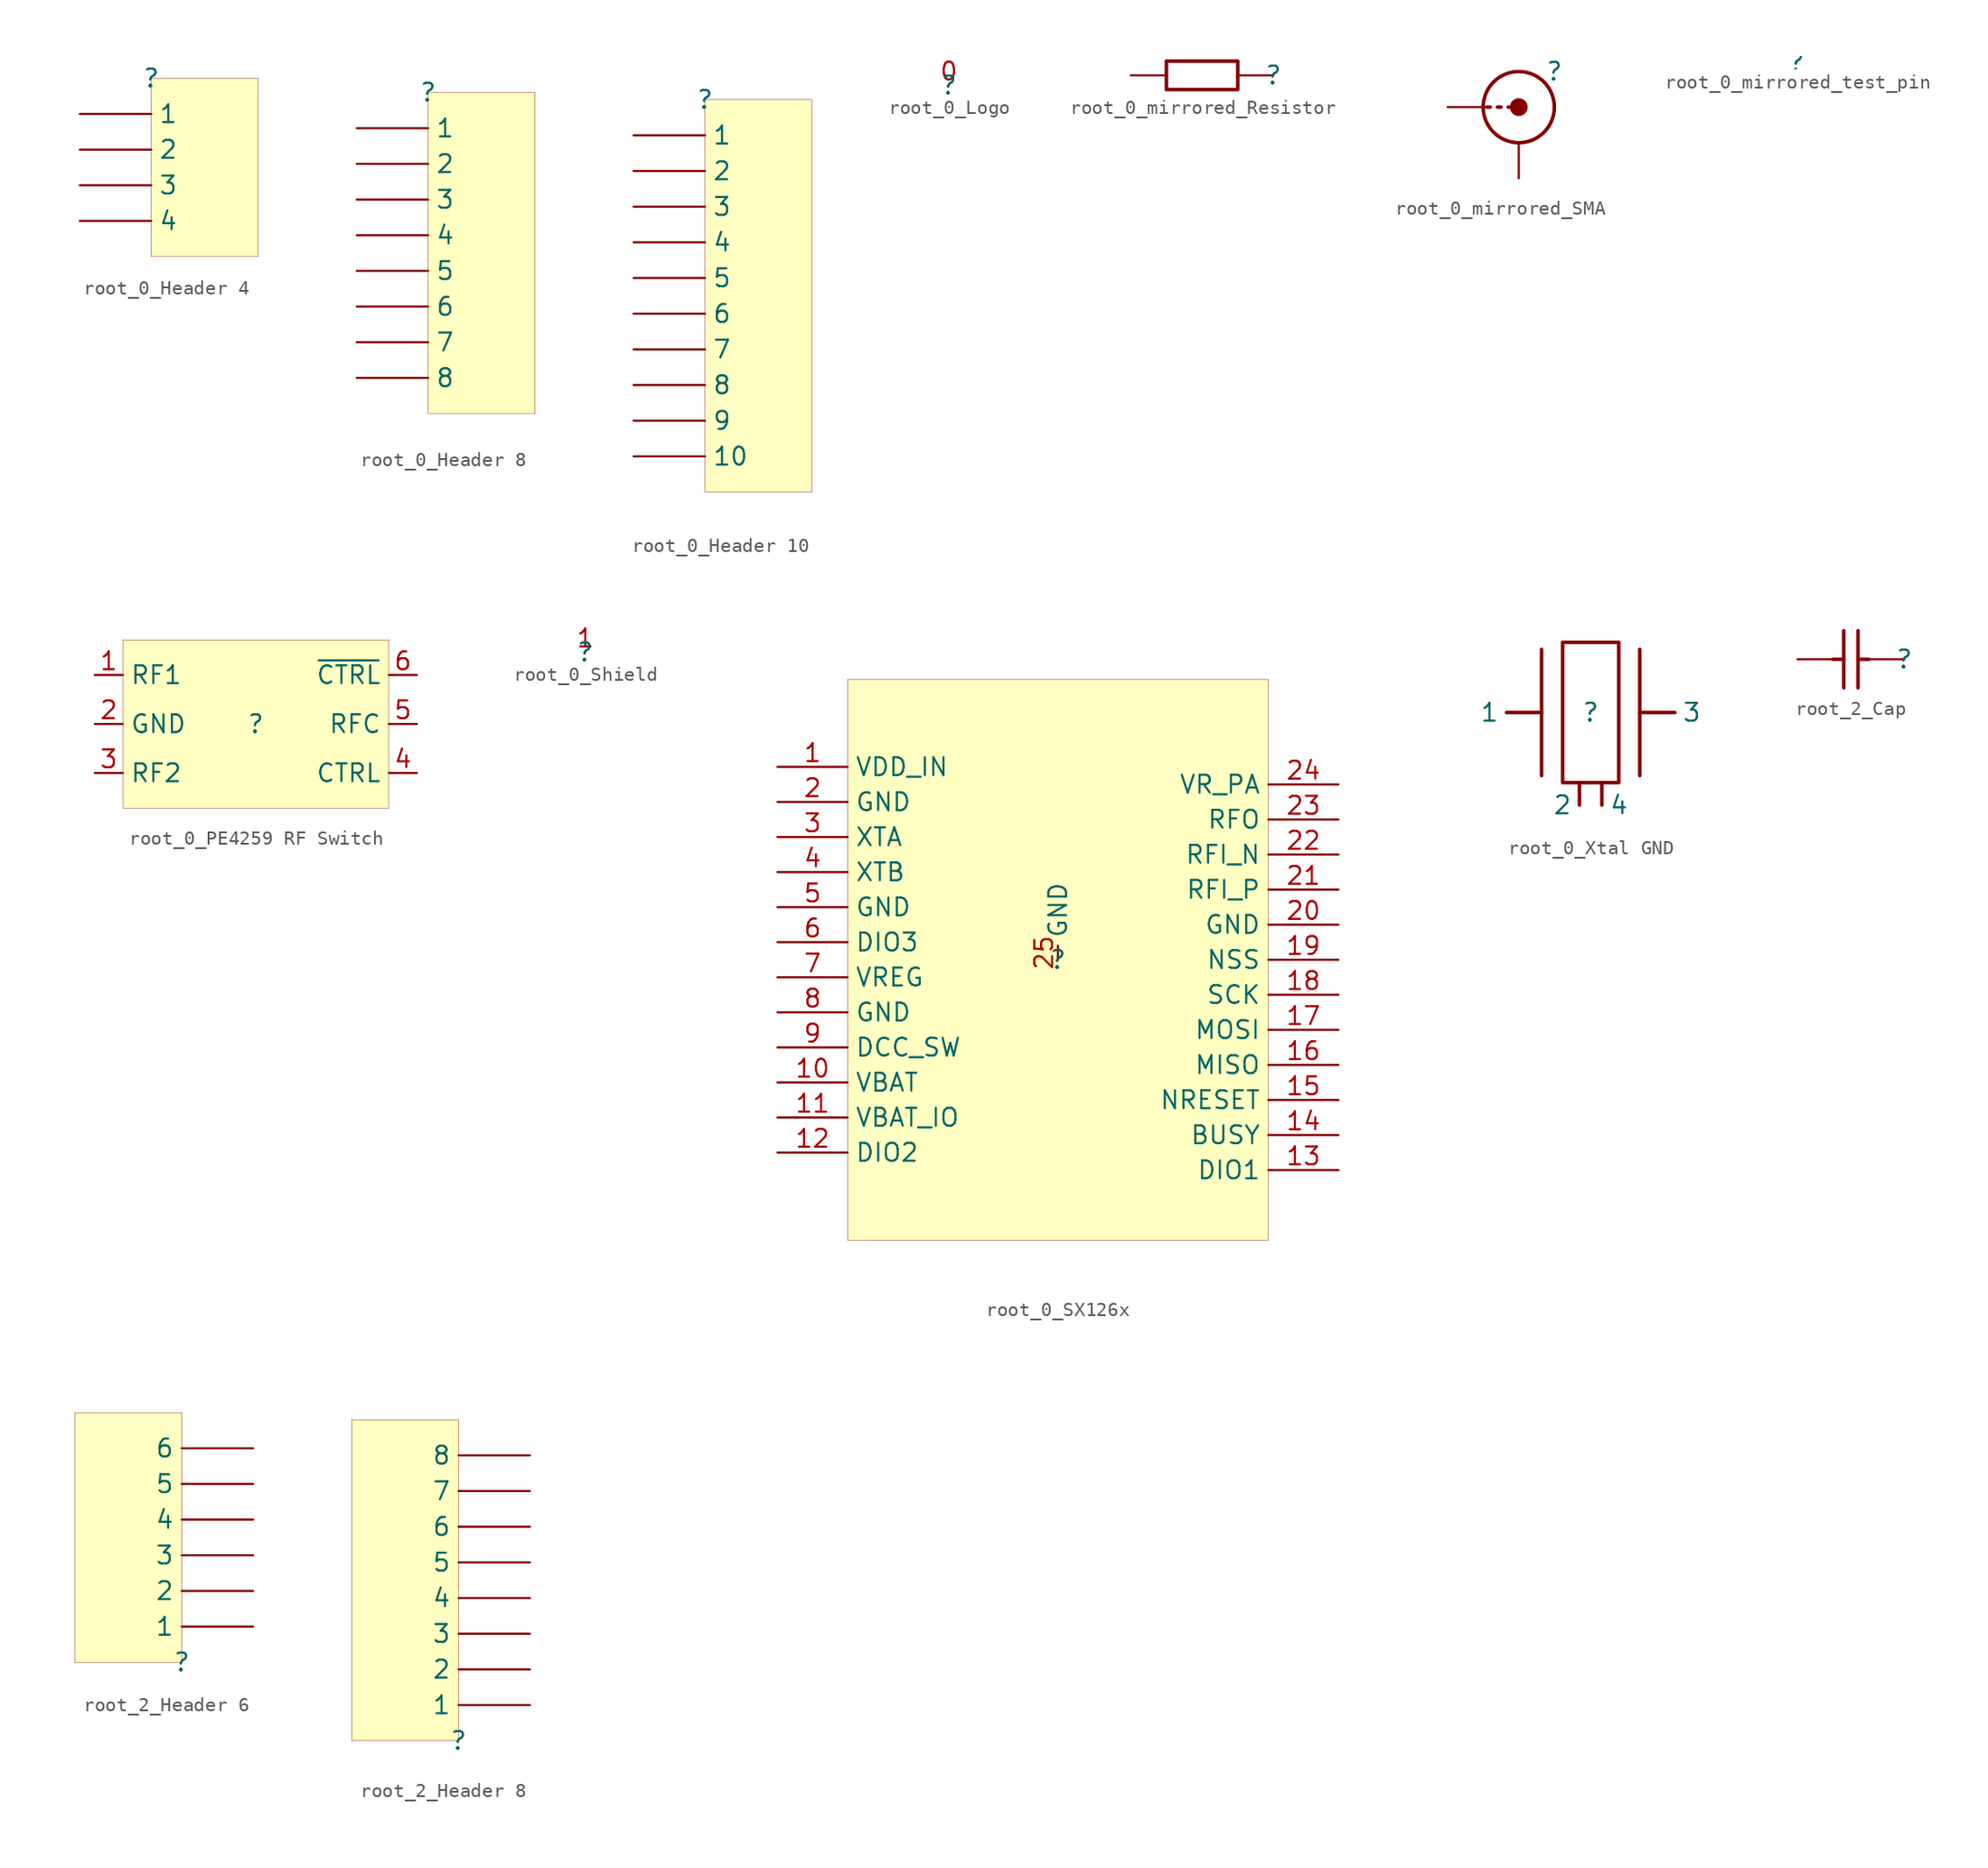
<source format=kicad_sym>
(kicad_symbol_lib
  (version 20231120)
  (generator "kicad_symbol_editor")
  (generator_version "8.0")
  (symbol "root_0_Header 4"
    (property "Reference" ""
      (at 0 0 0)
      (effects (font (size 1.27 1.27))))
    (property "Value" ""
      (at 0 0 0)
      (effects (font (size 1.27 1.27))))
    (symbol "root_0_Header 4_1_0"
      (rectangle (start 7.62 0) (end 0 -12.7) (stroke (width 0.025) (type solid) (color 128 0 0 1)) (fill (type background)))
      (pin passive line (at -5.08 -2.54 0) (length 5.08) (name "1" (effects (font (size 1.27 1.27)))) (number "1" (effects (font (size 0 0)))))
      (pin passive line (at -5.08 -5.08 0) (length 5.08) (name "2" (effects (font (size 1.27 1.27)))) (number "2" (effects (font (size 0 0)))))
      (pin passive line (at -5.08 -7.62 0) (length 5.08) (name "3" (effects (font (size 1.27 1.27)))) (number "3" (effects (font (size 0 0)))))
      (pin passive line (at -5.08 -10.16 0) (length 5.08) (name "4" (effects (font (size 1.27 1.27)))) (number "4" (effects (font (size 0 0)))))))
  (symbol "root_0_Header 8"
    (property "Reference" ""
      (at 0 0 0)
      (effects (font (size 1.27 1.27))))
    (property "Value" ""
      (at 0 0 0)
      (effects (font (size 1.27 1.27))))
    (symbol "root_0_Header 8_1_0"
      (rectangle (start 7.62 0) (end 0 -22.86) (stroke (width 0.025) (type solid) (color 128 0 0 1)) (fill (type background)))
      (pin passive line (at -5.08 -2.54 0) (length 5.08) (name "1" (effects (font (size 1.27 1.27)))) (number "1" (effects (font (size 0 0)))))
      (pin passive line (at -5.08 -5.08 0) (length 5.08) (name "2" (effects (font (size 1.27 1.27)))) (number "2" (effects (font (size 0 0)))))
      (pin passive line (at -5.08 -7.62 0) (length 5.08) (name "3" (effects (font (size 1.27 1.27)))) (number "3" (effects (font (size 0 0)))))
      (pin passive line (at -5.08 -10.16 0) (length 5.08) (name "4" (effects (font (size 1.27 1.27)))) (number "4" (effects (font (size 0 0)))))
      (pin passive line (at -5.08 -12.7 0) (length 5.08) (name "5" (effects (font (size 1.27 1.27)))) (number "5" (effects (font (size 0 0)))))
      (pin passive line (at -5.08 -15.24 0) (length 5.08) (name "6" (effects (font (size 1.27 1.27)))) (number "6" (effects (font (size 0 0)))))
      (pin passive line (at -5.08 -17.78 0) (length 5.08) (name "7" (effects (font (size 1.27 1.27)))) (number "7" (effects (font (size 0 0)))))
      (pin passive line (at -5.08 -20.32 0) (length 5.08) (name "8" (effects (font (size 1.27 1.27)))) (number "8" (effects (font (size 0 0)))))))
  (symbol "root_0_Header 10"
    (property "Reference" ""
      (at 0 0 0)
      (effects (font (size 1.27 1.27))))
    (property "Value" ""
      (at 0 0 0)
      (effects (font (size 1.27 1.27))))
    (symbol "root_0_Header 10_1_0"
      (rectangle (start 7.62 0) (end 0 -27.94) (stroke (width 0.025) (type solid) (color 128 0 0 1)) (fill (type background)))
      (pin passive line (at -5.08 -2.54 0) (length 5.08) (name "1" (effects (font (size 1.27 1.27)))) (number "1" (effects (font (size 0 0)))))
      (pin passive line (at -5.08 -25.4 0) (length 5.08) (name "10" (effects (font (size 1.27 1.27)))) (number "10" (effects (font (size 0 0)))))
      (pin passive line (at -5.08 -5.08 0) (length 5.08) (name "2" (effects (font (size 1.27 1.27)))) (number "2" (effects (font (size 0 0)))))
      (pin passive line (at -5.08 -7.62 0) (length 5.08) (name "3" (effects (font (size 1.27 1.27)))) (number "3" (effects (font (size 0 0)))))
      (pin passive line (at -5.08 -10.16 0) (length 5.08) (name "4" (effects (font (size 1.27 1.27)))) (number "4" (effects (font (size 0 0)))))
      (pin passive line (at -5.08 -12.7 0) (length 5.08) (name "5" (effects (font (size 1.27 1.27)))) (number "5" (effects (font (size 0 0)))))
      (pin passive line (at -5.08 -15.24 0) (length 5.08) (name "6" (effects (font (size 1.27 1.27)))) (number "6" (effects (font (size 0 0)))))
      (pin passive line (at -5.08 -17.78 0) (length 5.08) (name "7" (effects (font (size 1.27 1.27)))) (number "7" (effects (font (size 0 0)))))
      (pin passive line (at -5.08 -20.32 0) (length 5.08) (name "8" (effects (font (size 1.27 1.27)))) (number "8" (effects (font (size 0 0)))))
      (pin passive line (at -5.08 -22.86 0) (length 5.08) (name "9" (effects (font (size 1.27 1.27)))) (number "9" (effects (font (size 0 0)))))))
  (symbol "root_0_Logo"
    (property "Reference" ""
      (at 0 0 0)
      (effects (font (size 1.27 1.27))))
    (property "Value" ""
      (at 0 0 0)
      (effects (font (size 1.27 1.27))))
    (symbol "root_0_Logo_1_0"
      (pin passive line (at 0 0 180) (length 0) (name "0" (effects (font (size 0 0)))) (number "0" (effects (font (size 1.27 1.27)))))))
  (symbol "root_0_mirrored_Resistor"
    (property "Reference" ""
      (at 0 0 0)
      (effects (font (size 1.27 1.27))))
    (property "Value" ""
      (at 0 0 0)
      (effects (font (size 1.27 1.27))))
    (symbol "root_0_mirrored_Resistor_1_0"
      (rectangle (start -2.54 1.016) (end -7.62 -1.016) (stroke (width 0.254) (type solid)) (fill (type none)))
      (pin passive line (at 0 0 180) (length 2.54) (name "1" (effects (font (size 0 0)))) (number "1" (effects (font (size 0 0)))))
      (pin passive line (at -10.16 0 0) (length 2.54) (name "2" (effects (font (size 0 0)))) (number "2" (effects (font (size 0 0)))))))
  (symbol "root_0_mirrored_SMA"
    (property "Reference" ""
      (at 0 0 0)
      (effects (font (size 1.27 1.27))))
    (property "Value" ""
      (at 0 0 0)
      (effects (font (size 1.27 1.27))))
    (symbol "root_0_mirrored_SMA_1_0"
      (circle (center -2.54 -2.54) (radius 0.508) (stroke (width 0.254) (type solid)) (fill (type outline)))
      (circle (center -2.54 -2.54) (radius 2.54) (stroke (width 0.254) (type solid)) (fill (type none)))
      (polyline (pts (xy -4.826 -2.54) (xy -4.572 -2.54)) (stroke (width 0.254) (type solid)) (fill (type none)))
      (polyline (pts (xy -3.81 -2.54) (xy -4.064 -2.54)) (stroke (width 0.254) (type solid)) (fill (type none)))
      (polyline (pts (xy -3.048 -2.54) (xy -3.302 -2.54)) (stroke (width 0.254) (type solid)) (fill (type none)))
      (pin passive line (at -7.62 -2.54 0) (length 2.54) (name "Signal" (effects (font (size 0 0)))) (number "1" (effects (font (size 0 0)))))
      (pin passive line (at -2.54 -7.62 90) (length 2.54) (name "GND" (effects (font (size 0 0)))) (number "2" (effects (font (size 0 0)))))))
  (symbol "root_0_mirrored_test_pin"
    (property "Reference" ""
      (at 0 0 0)
      (effects (font (size 1.27 1.27))))
    (property "Value" ""
      (at 0 0 0)
      (effects (font (size 1.27 1.27))))
    (symbol "root_0_mirrored_test_pin_1_0"
      (pin passive line (at 0 0 0) (length 0) (name "pin" (effects (font (size 0 0)))) (number "1" (effects (font (size 0 0)))))))
  (symbol "root_0_PE4259 RF Switch"
    (property "Reference" ""
      (at 0 0 0)
      (effects (font (size 1.27 1.27))))
    (property "Value" ""
      (at 0 0 0)
      (effects (font (size 1.27 1.27))))
    (symbol "root_0_PE4259 RF Switch_1_0"
      (rectangle (start 9.5 6) (end -9.5 -6) (stroke (width 0.025) (type solid) (color 128 0 0 1)) (fill (type background)))
      (pin passive line (at -11.5 3.5 0) (length 2) (name "RF1" (effects (font (size 1.27 1.27)))) (number "1" (effects (font (size 1.27 1.27)))))
      (pin passive line (at -11.5 0 0) (length 2) (name "GND" (effects (font (size 1.27 1.27)))) (number "2" (effects (font (size 1.27 1.27)))))
      (pin passive line (at -11.5 -3.5 0) (length 2) (name "RF2" (effects (font (size 1.27 1.27)))) (number "3" (effects (font (size 1.27 1.27)))))
      (pin passive line (at 11.5 -3.5 180) (length 2) (name "CTRL" (effects (font (size 1.27 1.27)))) (number "4" (effects (font (size 1.27 1.27)))))
      (pin passive line (at 11.5 0 180) (length 2) (name "RFC" (effects (font (size 1.27 1.27)))) (number "5" (effects (font (size 1.27 1.27)))))
      (pin passive line (at 11.5 3.5 180) (length 2) (name "~{CTRL}" (effects (font (size 1.27 1.27)))) (number "6" (effects (font (size 1.27 1.27)))))))
  (symbol "root_0_Shield"
    (property "Reference" ""
      (at 0 0 0)
      (effects (font (size 1.27 1.27))))
    (property "Value" ""
      (at 0 0 0)
      (effects (font (size 1.27 1.27))))
    (symbol "root_0_Shield_1_0"
      (pin passive line (at 0 0 180) (length 0) (name "1" (effects (font (size 0 0)))) (number "1" (effects (font (size 1.27 1.27)))))))
  (symbol "root_0_SX126x"
    (property "Reference" ""
      (at 0 0 0)
      (effects (font (size 1.27 1.27))))
    (property "Value" ""
      (at 0 0 0)
      (effects (font (size 1.27 1.27))))
    (symbol "root_0_SX126x_1_0"
      (rectangle (start 15 20) (end -15 -20) (stroke (width 0.025) (type solid) (color 128 0 0 1)) (fill (type background)))
      (pin power_in line (at -20 13.75 0) (length 5) (name "VDD_IN" (effects (font (size 1.27 1.27)))) (number "1" (effects (font (size 1.27 1.27)))))
      (pin power_in line (at -20 -8.75 0) (length 5) (name "VBAT" (effects (font (size 1.27 1.27)))) (number "10" (effects (font (size 1.27 1.27)))))
      (pin power_in line (at -20 -11.25 0) (length 5) (name "VBAT_IO" (effects (font (size 1.27 1.27)))) (number "11" (effects (font (size 1.27 1.27)))))
      (pin passive line (at -20 -13.75 0) (length 5) (name "DIO2" (effects (font (size 1.27 1.27)))) (number "12" (effects (font (size 1.27 1.27)))))
      (pin passive line (at 20 -15 180) (length 5) (name "DIO1" (effects (font (size 1.27 1.27)))) (number "13" (effects (font (size 1.27 1.27)))))
      (pin passive line (at 20 -12.5 180) (length 5) (name "BUSY" (effects (font (size 1.27 1.27)))) (number "14" (effects (font (size 1.27 1.27)))))
      (pin passive line (at 20 -10 180) (length 5) (name "NRESET" (effects (font (size 1.27 1.27)))) (number "15" (effects (font (size 1.27 1.27)))))
      (pin passive line (at 20 -7.5 180) (length 5) (name "MISO" (effects (font (size 1.27 1.27)))) (number "16" (effects (font (size 1.27 1.27)))))
      (pin passive line (at 20 -5 180) (length 5) (name "MOSI" (effects (font (size 1.27 1.27)))) (number "17" (effects (font (size 1.27 1.27)))))
      (pin passive line (at 20 -2.5 180) (length 5) (name "SCK" (effects (font (size 1.27 1.27)))) (number "18" (effects (font (size 1.27 1.27)))))
      (pin passive line (at 20 0 180) (length 5) (name "NSS" (effects (font (size 1.27 1.27)))) (number "19" (effects (font (size 1.27 1.27)))))
      (pin passive line (at -20 11.25 0) (length 5) (name "GND" (effects (font (size 1.27 1.27)))) (number "2" (effects (font (size 1.27 1.27)))))
      (pin passive line (at 20 2.5 180) (length 5) (name "GND" (effects (font (size 1.27 1.27)))) (number "20" (effects (font (size 1.27 1.27)))))
      (pin passive line (at 20 5 180) (length 5) (name "RFI_P" (effects (font (size 1.27 1.27)))) (number "21" (effects (font (size 1.27 1.27)))))
      (pin passive line (at 20 7.5 180) (length 5) (name "RFI_N" (effects (font (size 1.27 1.27)))) (number "22" (effects (font (size 1.27 1.27)))))
      (pin passive line (at 20 10 180) (length 5) (name "RFO" (effects (font (size 1.27 1.27)))) (number "23" (effects (font (size 1.27 1.27)))))
      (pin power_in line (at 20 12.5 180) (length 5) (name "VR_PA" (effects (font (size 1.27 1.27)))) (number "24" (effects (font (size 1.27 1.27)))))
      (pin passive line (at 0 0 90) (length 1) (name "GND" (effects (font (size 1.27 1.27)))) (number "25" (effects (font (size 1.27 1.27)))))
      (pin passive line (at -20 8.75 0) (length 5) (name "XTA" (effects (font (size 1.27 1.27)))) (number "3" (effects (font (size 1.27 1.27)))))
      (pin passive line (at -20 6.25 0) (length 5) (name "XTB" (effects (font (size 1.27 1.27)))) (number "4" (effects (font (size 1.27 1.27)))))
      (pin passive line (at -20 3.75 0) (length 5) (name "GND" (effects (font (size 1.27 1.27)))) (number "5" (effects (font (size 1.27 1.27)))))
      (pin passive line (at -20 1.25 0) (length 5) (name "DIO3" (effects (font (size 1.27 1.27)))) (number "6" (effects (font (size 1.27 1.27)))))
      (pin power_in line (at -20 -1.25 0) (length 5) (name "VREG" (effects (font (size 1.27 1.27)))) (number "7" (effects (font (size 1.27 1.27)))))
      (pin passive line (at -20 -3.75 0) (length 5) (name "GND" (effects (font (size 1.27 1.27)))) (number "8" (effects (font (size 1.27 1.27)))))
      (pin power_in line (at -20 -6.25 0) (length 5) (name "DCC_SW" (effects (font (size 1.27 1.27)))) (number "9" (effects (font (size 1.27 1.27)))))))
  (symbol "root_0_Xtal GND"
    (property "Reference" ""
      (at 0 0 0)
      (effects (font (size 1.27 1.27))))
    (property "Value" ""
      (at 0 0 0)
      (effects (font (size 1.27 1.27))))
    (symbol "root_0_Xtal GND_1_0"
      (polyline (pts (xy -6 0) (xy -3.5 0)) (stroke (width 0.254) (type solid)) (fill (type none)))
      (polyline (pts (xy -3.5 4.5) (xy -3.5 -4.5)) (stroke (width 0.254) (type solid)) (fill (type none)))
      (polyline (pts (xy -0.8 -6.6) (xy -0.8 -5)) (stroke (width 0.254) (type solid)) (fill (type none)))
      (polyline (pts (xy 0.8 -6.6) (xy 0.8 -5)) (stroke (width 0.254) (type solid)) (fill (type none)))
      (polyline (pts (xy 3.5 4.5) (xy 3.5 -4.5)) (stroke (width 0.254) (type solid)) (fill (type none)))
      (polyline (pts (xy 6 0) (xy 3.5 0)) (stroke (width 0.254) (type solid)) (fill (type none)))
      (polyline (pts (xy 2 -5) (xy 2 5) (xy -2 5) (xy -2 -5) (xy 2 -5)) (stroke (width 0.254) (type solid)) (fill (type none)))
      (pin passive line (at -6 0 180) (length 0) (name "1" (effects (font (size 1.27 1.27)))) (number "1" (effects (font (size 0 0)))))
      (pin passive line (at -0.8 -6.6 180) (length 0) (name "2" (effects (font (size 1.27 1.27)))) (number "2" (effects (font (size 0 0)))))
      (pin passive line (at 6 0 0) (length 0) (name "3" (effects (font (size 1.27 1.27)))) (number "3" (effects (font (size 0 0)))))
      (pin passive line (at 0.8 -6.6 0) (length 0) (name "4" (effects (font (size 1.27 1.27)))) (number "4" (effects (font (size 0 0)))))))
  (symbol "root_2_Cap"
    (property "Reference" ""
      (at 0 0 0)
      (effects (font (size 1.27 1.27))))
    (property "Value" ""
      (at 0 0 0)
      (effects (font (size 1.27 1.27))))
    (symbol "root_2_Cap_1_0"
      (polyline (pts (xy -5.08 0) (xy -4.318 0)) (stroke (width 0.254) (type solid)) (fill (type none)))
      (polyline (pts (xy -4.318 -2.032) (xy -4.318 2.032)) (stroke (width 0.254) (type solid)) (fill (type none)))
      (polyline (pts (xy -3.302 2.032) (xy -3.302 -2.032)) (stroke (width 0.254) (type solid)) (fill (type none)))
      (polyline (pts (xy -2.54 0) (xy -3.302 0)) (stroke (width 0.254) (type solid)) (fill (type none)))
      (pin passive line (at 0 0 180) (length 2.54) (name "1" (effects (font (size 0 0)))) (number "1" (effects (font (size 0 0)))))
      (pin passive line (at -7.62 0 0) (length 2.54) (name "2" (effects (font (size 0 0)))) (number "2" (effects (font (size 0 0)))))))
  (symbol "root_2_Header 6"
    (property "Reference" ""
      (at 0 0 0)
      (effects (font (size 1.27 1.27))))
    (property "Value" ""
      (at 0 0 0)
      (effects (font (size 1.27 1.27))))
    (symbol "root_2_Header 6_1_0"
      (rectangle (start 0 17.78) (end -7.62 0) (stroke (width 0.025) (type solid) (color 128 0 0 1)) (fill (type background)))
      (pin passive line (at 5.08 2.54 180) (length 5.08) (name "1" (effects (font (size 1.27 1.27)))) (number "1" (effects (font (size 0 0)))))
      (pin passive line (at 5.08 5.08 180) (length 5.08) (name "2" (effects (font (size 1.27 1.27)))) (number "2" (effects (font (size 0 0)))))
      (pin passive line (at 5.08 7.62 180) (length 5.08) (name "3" (effects (font (size 1.27 1.27)))) (number "3" (effects (font (size 0 0)))))
      (pin passive line (at 5.08 10.16 180) (length 5.08) (name "4" (effects (font (size 1.27 1.27)))) (number "4" (effects (font (size 0 0)))))
      (pin passive line (at 5.08 12.7 180) (length 5.08) (name "5" (effects (font (size 1.27 1.27)))) (number "5" (effects (font (size 0 0)))))
      (pin passive line (at 5.08 15.24 180) (length 5.08) (name "6" (effects (font (size 1.27 1.27)))) (number "6" (effects (font (size 0 0)))))))
  (symbol "root_2_Header 8"
    (property "Reference" ""
      (at 0 0 0)
      (effects (font (size 1.27 1.27))))
    (property "Value" ""
      (at 0 0 0)
      (effects (font (size 1.27 1.27))))
    (symbol "root_2_Header 8_1_0"
      (rectangle (start 0 22.86) (end -7.62 0) (stroke (width 0.025) (type solid) (color 128 0 0 1)) (fill (type background)))
      (pin passive line (at 5.08 2.54 180) (length 5.08) (name "1" (effects (font (size 1.27 1.27)))) (number "1" (effects (font (size 0 0)))))
      (pin passive line (at 5.08 5.08 180) (length 5.08) (name "2" (effects (font (size 1.27 1.27)))) (number "2" (effects (font (size 0 0)))))
      (pin passive line (at 5.08 7.62 180) (length 5.08) (name "3" (effects (font (size 1.27 1.27)))) (number "3" (effects (font (size 0 0)))))
      (pin passive line (at 5.08 10.16 180) (length 5.08) (name "4" (effects (font (size 1.27 1.27)))) (number "4" (effects (font (size 0 0)))))
      (pin passive line (at 5.08 12.7 180) (length 5.08) (name "5" (effects (font (size 1.27 1.27)))) (number "5" (effects (font (size 0 0)))))
      (pin passive line (at 5.08 15.24 180) (length 5.08) (name "6" (effects (font (size 1.27 1.27)))) (number "6" (effects (font (size 0 0)))))
      (pin passive line (at 5.08 17.78 180) (length 5.08) (name "7" (effects (font (size 1.27 1.27)))) (number "7" (effects (font (size 0 0)))))
      (pin passive line (at 5.08 20.32 180) (length 5.08) (name "8" (effects (font (size 1.27 1.27)))) (number "8" (effects (font (size 0 0))))))))
</source>
